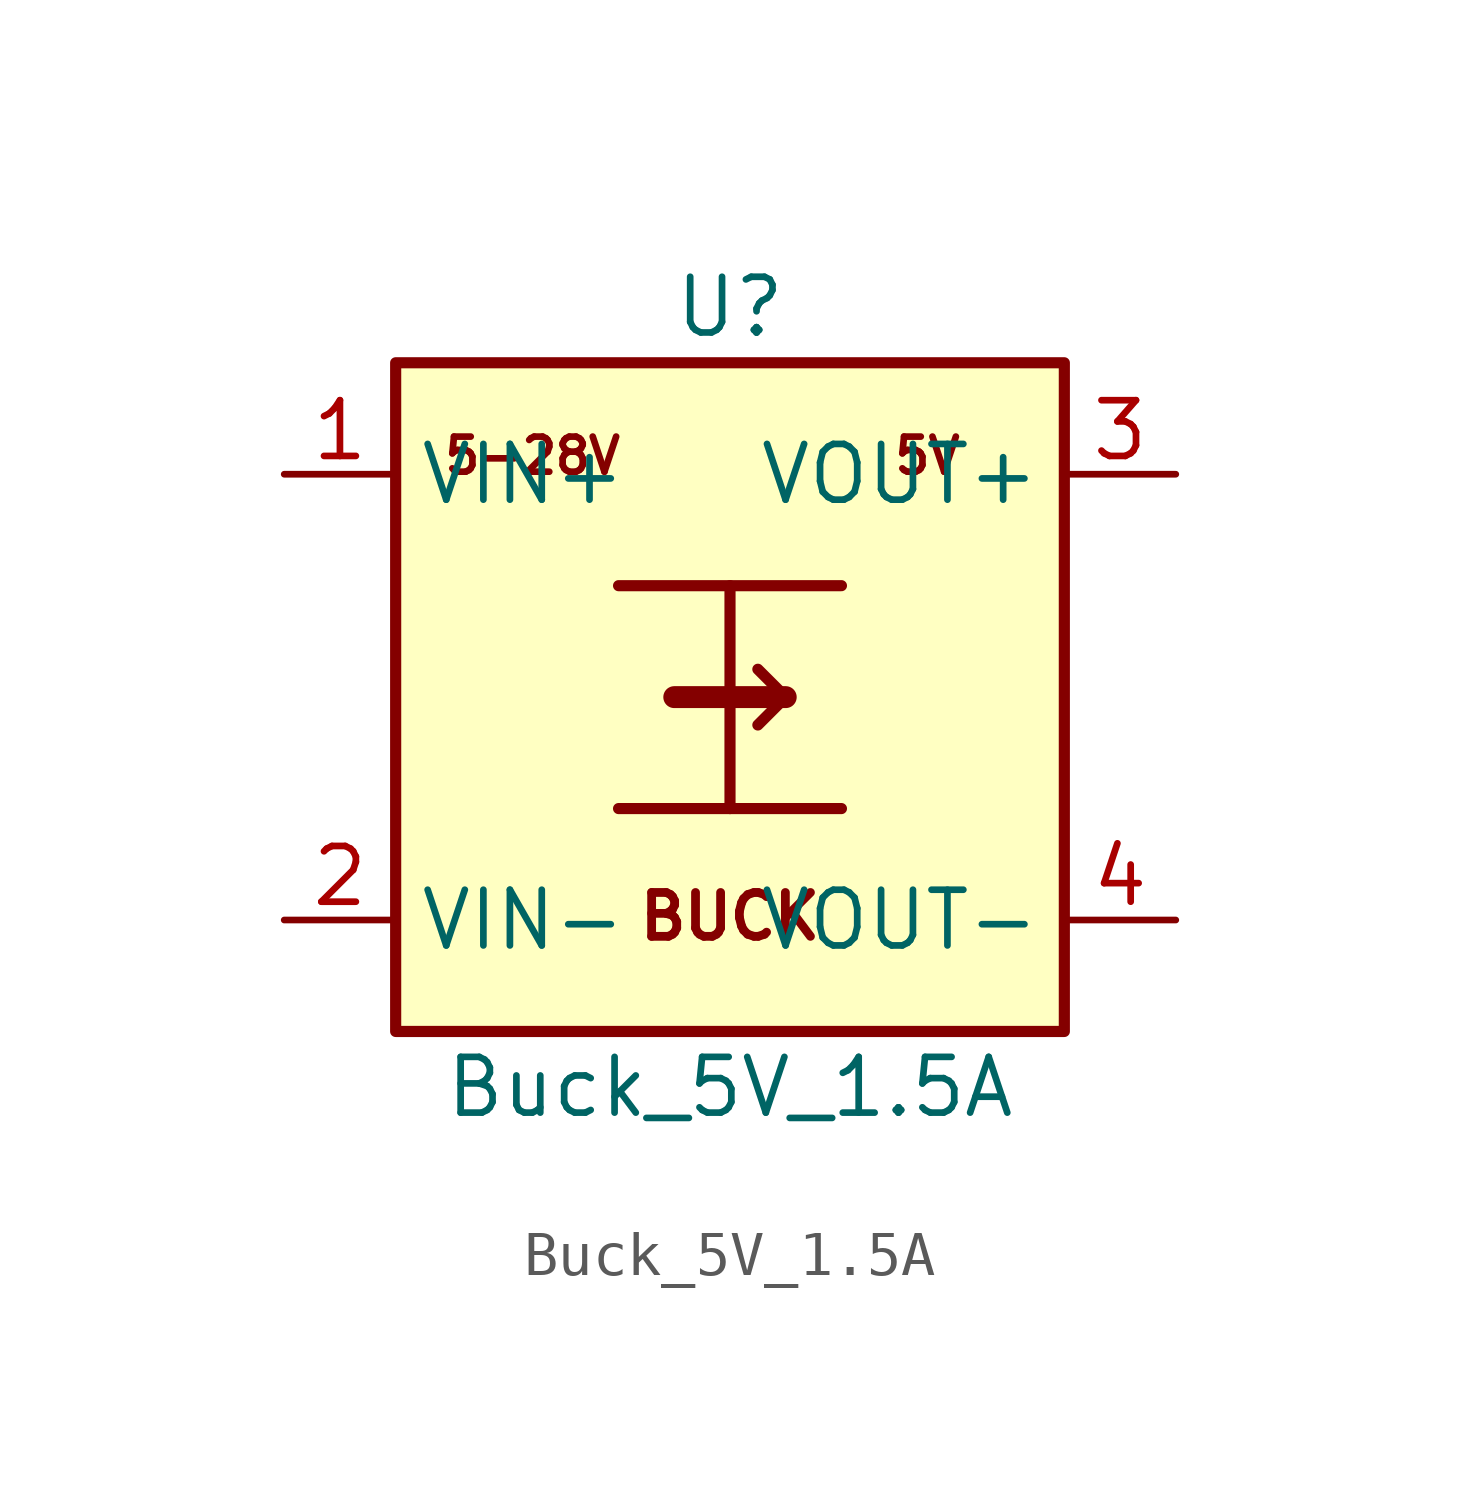
<source format=kicad_sym>
(kicad_symbol_lib
  (version 20231120)
  (generator "kicad_symbol_editor")
  (generator_version "8.0")
  (symbol "Buck_5V_1.5A"
    (property "Reference" "U"
      (at 0 8.89 0)
      (effects (font (size 1.27 1.27))))
    (property "Value" "Buck_5V_1.5A"
      (at 0 -8.89 0)
      (effects (font (size 1.27 1.27))))
    (symbol "Buck_5V_1.5A_0_1"
      (rectangle (start -7.62 7.62) (end 7.62 -7.62) (stroke (width 0.254) (type default)) (fill (type background)))
      (polyline (pts (xy -2.54 2.54) (xy 2.54 2.54)) (stroke (width 0.254) (type default)) (fill (type none)))
      (polyline (pts (xy 0 2.54) (xy 0 -2.54)) (stroke (width 0.254) (type default)) (fill (type none)))
      (polyline (pts (xy -2.54 -2.54) (xy 2.54 -2.54)) (stroke (width 0.254) (type default)) (fill (type none)))
      (polyline (pts (xy -1.27 0) (xy 1.27 0)) (stroke (width 0.5) (type default)) (fill (type none)))
      (polyline (pts (xy 0.635 0.635) (xy 1.27 0) (xy 0.635 -0.635)) (stroke (width 0.254) (type default)) (fill (type none)))
      (text "5-28V" (at -4.5 5.5 0) (effects (font (size 0.8 0.8))))
      (text "5V" (at 4.5 5.5 0) (effects (font (size 0.8 0.8))))
      (text "BUCK" (at 0 -5 0) (effects (font (size 1 1) bold))))
    (symbol "Buck_5V_1.5A_1_1"
      (pin power_in line (at -10.16 5.08 0) (length 2.54) (name "VIN+" (effects (font (size 1.27 1.27)))) (number "1" (effects (font (size 1.27 1.27)))))
      (pin power_in line (at -10.16 -5.08 0) (length 2.54) (name "VIN-" (effects (font (size 1.27 1.27)))) (number "2" (effects (font (size 1.27 1.27)))))
      (pin power_out line (at 10.16 5.08 180) (length 2.54) (name "VOUT+" (effects (font (size 1.27 1.27)))) (number "3" (effects (font (size 1.27 1.27)))))
      (pin power_out line (at 10.16 -5.08 180) (length 2.54) (name "VOUT-" (effects (font (size 1.27 1.27)))) (number "4" (effects (font (size 1.27 1.27))))))))
</source>
